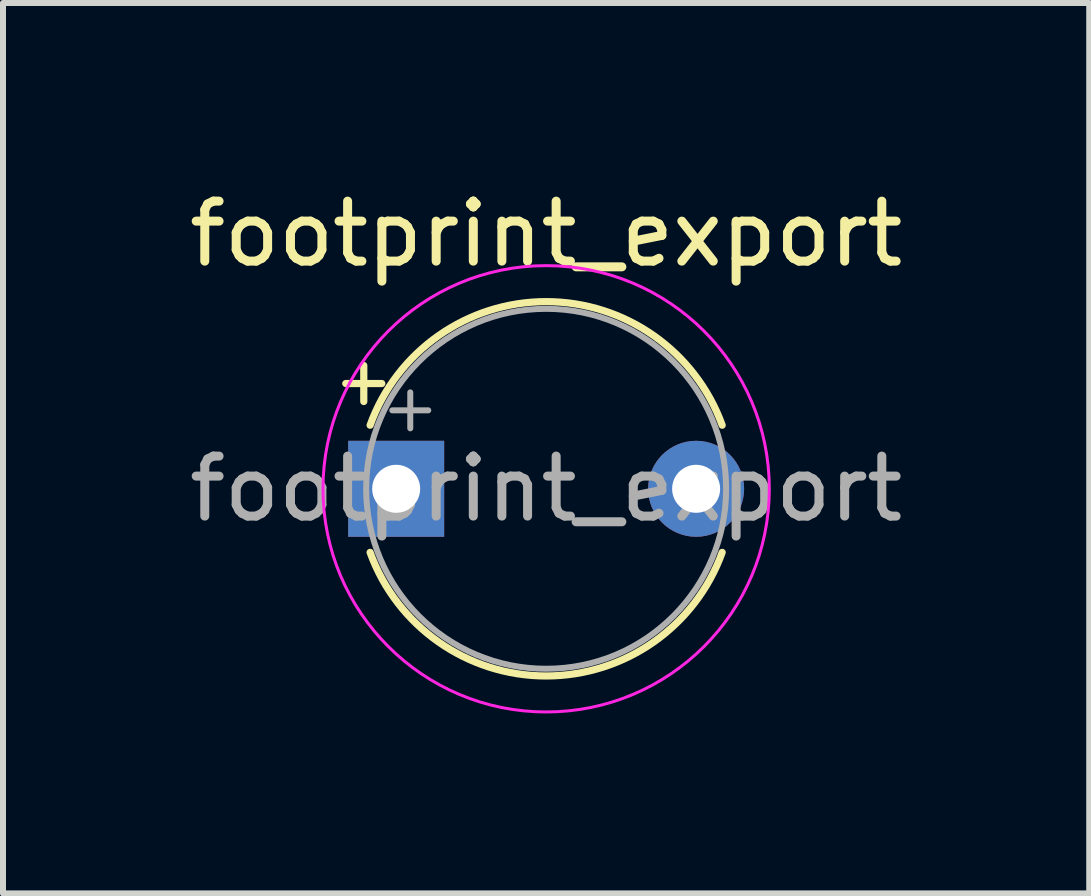
<source format=kicad_pcb>
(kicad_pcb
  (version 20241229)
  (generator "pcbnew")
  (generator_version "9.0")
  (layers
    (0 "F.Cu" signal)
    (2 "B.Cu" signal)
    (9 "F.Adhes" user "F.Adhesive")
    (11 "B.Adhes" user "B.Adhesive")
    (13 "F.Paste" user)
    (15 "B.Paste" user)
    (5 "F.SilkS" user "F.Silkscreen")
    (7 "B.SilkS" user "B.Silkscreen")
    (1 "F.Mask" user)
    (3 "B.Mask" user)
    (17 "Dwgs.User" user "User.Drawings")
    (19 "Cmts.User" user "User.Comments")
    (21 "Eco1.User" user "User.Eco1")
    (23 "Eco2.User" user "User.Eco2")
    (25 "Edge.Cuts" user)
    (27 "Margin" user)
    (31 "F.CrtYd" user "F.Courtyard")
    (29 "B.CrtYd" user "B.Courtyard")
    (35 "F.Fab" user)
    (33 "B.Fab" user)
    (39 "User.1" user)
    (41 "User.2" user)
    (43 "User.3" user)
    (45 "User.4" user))
  (footprint "footprint_export"
    (layer "F.Cu")
    (at 3.554 5.098)
    (property "Reference" "footprint_export" (at 2.5 -4.25 0) (layer "F.SilkS") (effects (font (size 1 1) (thickness 0.15))))
    (attr through_hole)
    (fp_line (start -0.84 -1.755) (end -0.24 -1.755) (stroke (width 0.12) (type solid)) (layer "F.SilkS"))
    (fp_line (start -0.54 -2.055) (end -0.54 -1.455) (stroke (width 0.12) (type solid)) (layer "F.SilkS"))
    (fp_arc (start -0.434416 -1.06) (mid 2.5 -3.12) (end 5.434416 -1.06) (stroke (width 0.12) (type solid)) (layer "F.SilkS"))
    (fp_arc (start 5.434416 1.06) (mid 2.5 3.12) (end -0.434416 1.06) (stroke (width 0.12) (type solid)) (layer "F.SilkS"))
    (fp_circle (center 2.5 0) (end 6.22 0) (stroke (width 0.05) (type solid)) (fill no) (layer "F.CrtYd"))
    (fp_line (start -0.065 -1.308) (end 0.535 -1.308) (stroke (width 0.1) (type solid)) (layer "F.Fab"))
    (fp_line (start 0.235 -1.607) (end 0.235 -1.008) (stroke (width 0.1) (type solid)) (layer "F.Fab"))
    (fp_circle (center 2.5 0) (end 5.5 0) (stroke (width 0.1) (type solid)) (fill no) (layer "F.Fab"))
    (fp_text user "${REFERENCE}" (at 2.5 0 0) (layer "F.Fab") (effects (font (size 1 1) (thickness 0.15))))
    (pad "1" thru_hole rect (at 0 0) (size 1.6 1.6) (drill 0.8) (layers "*.Cu" "*.Mask"))
    (pad "2" thru_hole circle (at 5 0) (size 1.6 1.6) (drill 0.8) (layers "*.Cu" "*.Mask")))
  (gr_rect
    (start -3 -3)
    (end 15.107 11.843)
    (stroke (width 0.1) (type default))
    (fill no)
    (layer "Edge.Cuts")))
</source>
